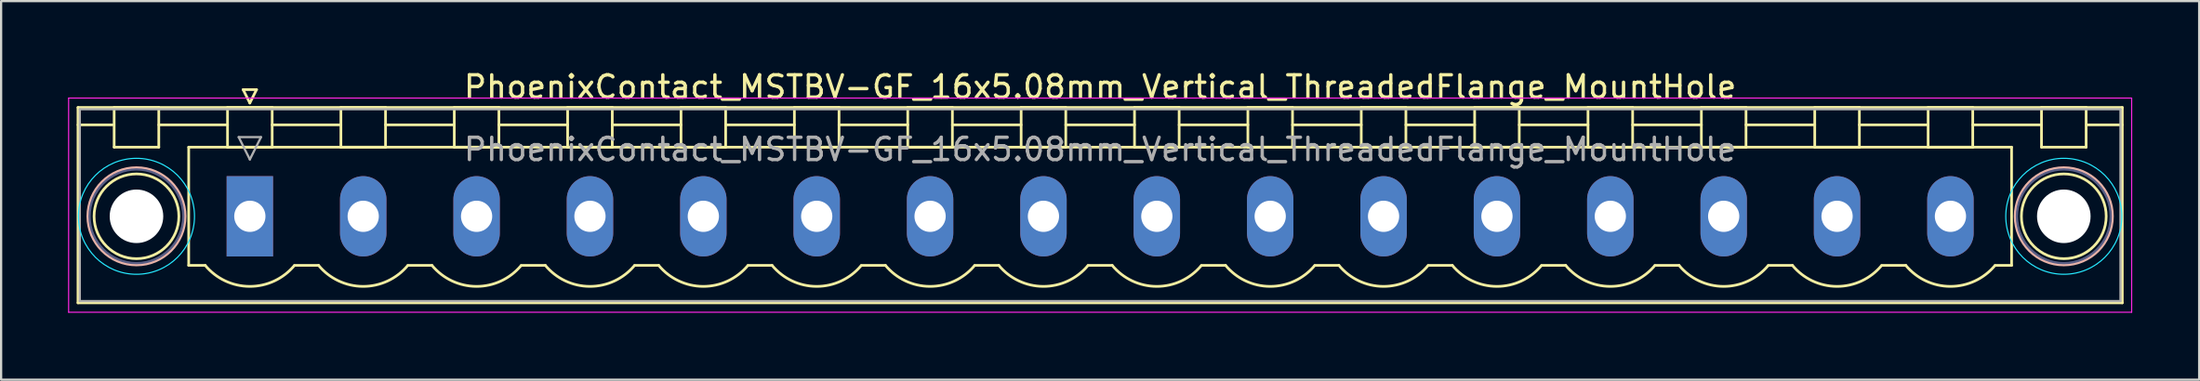
<source format=kicad_pcb>
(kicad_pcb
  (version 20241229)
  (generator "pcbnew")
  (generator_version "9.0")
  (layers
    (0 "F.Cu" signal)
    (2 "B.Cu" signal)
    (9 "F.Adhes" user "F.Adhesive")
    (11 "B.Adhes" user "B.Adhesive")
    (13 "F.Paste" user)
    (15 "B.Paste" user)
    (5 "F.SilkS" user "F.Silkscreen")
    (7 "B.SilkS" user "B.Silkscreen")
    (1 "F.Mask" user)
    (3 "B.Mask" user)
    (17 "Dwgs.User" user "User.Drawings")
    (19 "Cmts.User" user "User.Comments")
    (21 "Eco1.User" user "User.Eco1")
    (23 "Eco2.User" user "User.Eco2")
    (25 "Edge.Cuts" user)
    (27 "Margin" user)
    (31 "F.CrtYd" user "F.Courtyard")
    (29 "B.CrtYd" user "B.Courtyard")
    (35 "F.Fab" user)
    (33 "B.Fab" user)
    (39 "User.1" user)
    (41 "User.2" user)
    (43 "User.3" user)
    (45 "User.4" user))
  (footprint "PhoenixContact_MSTBV-GF_16x5.08mm_Vertical_ThreadedFlange_MountHole"
    (layer "F.Cu")
    (at 8.145 6.648)
    (property "Reference" "PhoenixContact_MSTBV-GF_16x5.08mm_Vertical_ThreadedFlange_MountHole" (at 38.1 -5.8 0) (layer "F.SilkS") (effects (font (size 1 1) (thickness 0.15))))
    (attr through_hole)
    (fp_line (start -7.7 -4.88) (end -7.7 3.88) (stroke (width 0.12) (type solid)) (layer "F.SilkS"))
    (fp_line (start -7.7 -4.1) (end -6.16 -4.1) (stroke (width 0.12) (type solid)) (layer "F.SilkS"))
    (fp_line (start -7.7 3.88) (end 83.9 3.88) (stroke (width 0.12) (type solid)) (layer "F.SilkS"))
    (fp_line (start -6.08 -4.88) (end -4.08 -4.88) (stroke (width 0.12) (type solid)) (layer "F.SilkS"))
    (fp_line (start -6.08 -3.1) (end -6.08 -4.88) (stroke (width 0.12) (type solid)) (layer "F.SilkS"))
    (fp_line (start -4.08 -4.88) (end -4.08 -3.1) (stroke (width 0.12) (type solid)) (layer "F.SilkS"))
    (fp_line (start -4.08 -4.1) (end -1 -4.1) (stroke (width 0.12) (type solid)) (layer "F.SilkS"))
    (fp_line (start -4.08 -3.1) (end -6.08 -3.1) (stroke (width 0.12) (type solid)) (layer "F.SilkS"))
    (fp_line (start -2.74 -3.1) (end 78.94 -3.1) (stroke (width 0.12) (type solid)) (layer "F.SilkS"))
    (fp_line (start -2.74 2.2) (end -2.74 -3.1) (stroke (width 0.12) (type solid)) (layer "F.SilkS"))
    (fp_line (start -2 2.2) (end -2.74 2.2) (stroke (width 0.12) (type solid)) (layer "F.SilkS"))
    (fp_line (start -1 -4.88) (end 1 -4.88) (stroke (width 0.12) (type solid)) (layer "F.SilkS"))
    (fp_line (start -1 -3.1) (end -1 -4.88) (stroke (width 0.12) (type solid)) (layer "F.SilkS"))
    (fp_line (start -0.3 -5.68) (end 0.3 -5.68) (stroke (width 0.12) (type solid)) (layer "F.SilkS"))
    (fp_line (start 0 -5.08) (end -0.3 -5.68) (stroke (width 0.12) (type solid)) (layer "F.SilkS"))
    (fp_line (start 0.3 -5.68) (end 0 -5.08) (stroke (width 0.12) (type solid)) (layer "F.SilkS"))
    (fp_line (start 1 -4.88) (end 1 -3.1) (stroke (width 0.12) (type solid)) (layer "F.SilkS"))
    (fp_line (start 1 -4.1) (end 4.08 -4.1) (stroke (width 0.12) (type solid)) (layer "F.SilkS"))
    (fp_line (start 1 -3.1) (end -1 -3.1) (stroke (width 0.12) (type solid)) (layer "F.SilkS"))
    (fp_line (start 2 2.2) (end 3.08 2.2) (stroke (width 0.12) (type solid)) (layer "F.SilkS"))
    (fp_line (start 4.08 -4.88) (end 6.08 -4.88) (stroke (width 0.12) (type solid)) (layer "F.SilkS"))
    (fp_line (start 4.08 -3.1) (end 4.08 -4.88) (stroke (width 0.12) (type solid)) (layer "F.SilkS"))
    (fp_line (start 6.08 -4.88) (end 6.08 -3.1) (stroke (width 0.12) (type solid)) (layer "F.SilkS"))
    (fp_line (start 6.08 -4.1) (end 9.16 -4.1) (stroke (width 0.12) (type solid)) (layer "F.SilkS"))
    (fp_line (start 6.08 -3.1) (end 4.08 -3.1) (stroke (width 0.12) (type solid)) (layer "F.SilkS"))
    (fp_line (start 7.08 2.2) (end 8.16 2.2) (stroke (width 0.12) (type solid)) (layer "F.SilkS"))
    (fp_line (start 9.16 -4.88) (end 11.16 -4.88) (stroke (width 0.12) (type solid)) (layer "F.SilkS"))
    (fp_line (start 9.16 -3.1) (end 9.16 -4.88) (stroke (width 0.12) (type solid)) (layer "F.SilkS"))
    (fp_line (start 11.16 -4.88) (end 11.16 -3.1) (stroke (width 0.12) (type solid)) (layer "F.SilkS"))
    (fp_line (start 11.16 -4.1) (end 14.24 -4.1) (stroke (width 0.12) (type solid)) (layer "F.SilkS"))
    (fp_line (start 11.16 -3.1) (end 9.16 -3.1) (stroke (width 0.12) (type solid)) (layer "F.SilkS"))
    (fp_line (start 12.16 2.2) (end 13.24 2.2) (stroke (width 0.12) (type solid)) (layer "F.SilkS"))
    (fp_line (start 14.24 -4.88) (end 16.24 -4.88) (stroke (width 0.12) (type solid)) (layer "F.SilkS"))
    (fp_line (start 14.24 -3.1) (end 14.24 -4.88) (stroke (width 0.12) (type solid)) (layer "F.SilkS"))
    (fp_line (start 16.24 -4.88) (end 16.24 -3.1) (stroke (width 0.12) (type solid)) (layer "F.SilkS"))
    (fp_line (start 16.24 -4.1) (end 19.32 -4.1) (stroke (width 0.12) (type solid)) (layer "F.SilkS"))
    (fp_line (start 16.24 -3.1) (end 14.24 -3.1) (stroke (width 0.12) (type solid)) (layer "F.SilkS"))
    (fp_line (start 17.24 2.2) (end 18.32 2.2) (stroke (width 0.12) (type solid)) (layer "F.SilkS"))
    (fp_line (start 19.32 -4.88) (end 21.32 -4.88) (stroke (width 0.12) (type solid)) (layer "F.SilkS"))
    (fp_line (start 19.32 -3.1) (end 19.32 -4.88) (stroke (width 0.12) (type solid)) (layer "F.SilkS"))
    (fp_line (start 21.32 -4.88) (end 21.32 -3.1) (stroke (width 0.12) (type solid)) (layer "F.SilkS"))
    (fp_line (start 21.32 -4.1) (end 24.4 -4.1) (stroke (width 0.12) (type solid)) (layer "F.SilkS"))
    (fp_line (start 21.32 -3.1) (end 19.32 -3.1) (stroke (width 0.12) (type solid)) (layer "F.SilkS"))
    (fp_line (start 22.32 2.2) (end 23.4 2.2) (stroke (width 0.12) (type solid)) (layer "F.SilkS"))
    (fp_line (start 24.4 -4.88) (end 26.4 -4.88) (stroke (width 0.12) (type solid)) (layer "F.SilkS"))
    (fp_line (start 24.4 -3.1) (end 24.4 -4.88) (stroke (width 0.12) (type solid)) (layer "F.SilkS"))
    (fp_line (start 26.4 -4.88) (end 26.4 -3.1) (stroke (width 0.12) (type solid)) (layer "F.SilkS"))
    (fp_line (start 26.4 -4.1) (end 29.48 -4.1) (stroke (width 0.12) (type solid)) (layer "F.SilkS"))
    (fp_line (start 26.4 -3.1) (end 24.4 -3.1) (stroke (width 0.12) (type solid)) (layer "F.SilkS"))
    (fp_line (start 27.4 2.2) (end 28.48 2.2) (stroke (width 0.12) (type solid)) (layer "F.SilkS"))
    (fp_line (start 29.48 -4.88) (end 31.48 -4.88) (stroke (width 0.12) (type solid)) (layer "F.SilkS"))
    (fp_line (start 29.48 -3.1) (end 29.48 -4.88) (stroke (width 0.12) (type solid)) (layer "F.SilkS"))
    (fp_line (start 31.48 -4.88) (end 31.48 -3.1) (stroke (width 0.12) (type solid)) (layer "F.SilkS"))
    (fp_line (start 31.48 -4.1) (end 34.56 -4.1) (stroke (width 0.12) (type solid)) (layer "F.SilkS"))
    (fp_line (start 31.48 -3.1) (end 29.48 -3.1) (stroke (width 0.12) (type solid)) (layer "F.SilkS"))
    (fp_line (start 32.48 2.2) (end 33.56 2.2) (stroke (width 0.12) (type solid)) (layer "F.SilkS"))
    (fp_line (start 34.56 -4.88) (end 36.56 -4.88) (stroke (width 0.12) (type solid)) (layer "F.SilkS"))
    (fp_line (start 34.56 -3.1) (end 34.56 -4.88) (stroke (width 0.12) (type solid)) (layer "F.SilkS"))
    (fp_line (start 36.56 -4.88) (end 36.56 -3.1) (stroke (width 0.12) (type solid)) (layer "F.SilkS"))
    (fp_line (start 36.56 -4.1) (end 39.64 -4.1) (stroke (width 0.12) (type solid)) (layer "F.SilkS"))
    (fp_line (start 36.56 -3.1) (end 34.56 -3.1) (stroke (width 0.12) (type solid)) (layer "F.SilkS"))
    (fp_line (start 37.56 2.2) (end 38.64 2.2) (stroke (width 0.12) (type solid)) (layer "F.SilkS"))
    (fp_line (start 39.64 -4.88) (end 41.64 -4.88) (stroke (width 0.12) (type solid)) (layer "F.SilkS"))
    (fp_line (start 39.64 -3.1) (end 39.64 -4.88) (stroke (width 0.12) (type solid)) (layer "F.SilkS"))
    (fp_line (start 41.64 -4.88) (end 41.64 -3.1) (stroke (width 0.12) (type solid)) (layer "F.SilkS"))
    (fp_line (start 41.64 -4.1) (end 44.72 -4.1) (stroke (width 0.12) (type solid)) (layer "F.SilkS"))
    (fp_line (start 41.64 -3.1) (end 39.64 -3.1) (stroke (width 0.12) (type solid)) (layer "F.SilkS"))
    (fp_line (start 42.64 2.2) (end 43.72 2.2) (stroke (width 0.12) (type solid)) (layer "F.SilkS"))
    (fp_line (start 44.72 -4.88) (end 46.72 -4.88) (stroke (width 0.12) (type solid)) (layer "F.SilkS"))
    (fp_line (start 44.72 -3.1) (end 44.72 -4.88) (stroke (width 0.12) (type solid)) (layer "F.SilkS"))
    (fp_line (start 46.72 -4.88) (end 46.72 -3.1) (stroke (width 0.12) (type solid)) (layer "F.SilkS"))
    (fp_line (start 46.72 -4.1) (end 49.8 -4.1) (stroke (width 0.12) (type solid)) (layer "F.SilkS"))
    (fp_line (start 46.72 -3.1) (end 44.72 -3.1) (stroke (width 0.12) (type solid)) (layer "F.SilkS"))
    (fp_line (start 47.72 2.2) (end 48.8 2.2) (stroke (width 0.12) (type solid)) (layer "F.SilkS"))
    (fp_line (start 49.8 -4.88) (end 51.8 -4.88) (stroke (width 0.12) (type solid)) (layer "F.SilkS"))
    (fp_line (start 49.8 -3.1) (end 49.8 -4.88) (stroke (width 0.12) (type solid)) (layer "F.SilkS"))
    (fp_line (start 51.8 -4.88) (end 51.8 -3.1) (stroke (width 0.12) (type solid)) (layer "F.SilkS"))
    (fp_line (start 51.8 -4.1) (end 54.88 -4.1) (stroke (width 0.12) (type solid)) (layer "F.SilkS"))
    (fp_line (start 51.8 -3.1) (end 49.8 -3.1) (stroke (width 0.12) (type solid)) (layer "F.SilkS"))
    (fp_line (start 52.8 2.2) (end 53.88 2.2) (stroke (width 0.12) (type solid)) (layer "F.SilkS"))
    (fp_line (start 54.88 -4.88) (end 56.88 -4.88) (stroke (width 0.12) (type solid)) (layer "F.SilkS"))
    (fp_line (start 54.88 -3.1) (end 54.88 -4.88) (stroke (width 0.12) (type solid)) (layer "F.SilkS"))
    (fp_line (start 56.88 -4.88) (end 56.88 -3.1) (stroke (width 0.12) (type solid)) (layer "F.SilkS"))
    (fp_line (start 56.88 -4.1) (end 59.96 -4.1) (stroke (width 0.12) (type solid)) (layer "F.SilkS"))
    (fp_line (start 56.88 -3.1) (end 54.88 -3.1) (stroke (width 0.12) (type solid)) (layer "F.SilkS"))
    (fp_line (start 57.88 2.2) (end 58.96 2.2) (stroke (width 0.12) (type solid)) (layer "F.SilkS"))
    (fp_line (start 59.96 -4.88) (end 61.96 -4.88) (stroke (width 0.12) (type solid)) (layer "F.SilkS"))
    (fp_line (start 59.96 -3.1) (end 59.96 -4.88) (stroke (width 0.12) (type solid)) (layer "F.SilkS"))
    (fp_line (start 61.96 -4.88) (end 61.96 -3.1) (stroke (width 0.12) (type solid)) (layer "F.SilkS"))
    (fp_line (start 61.96 -4.1) (end 65.04 -4.1) (stroke (width 0.12) (type solid)) (layer "F.SilkS"))
    (fp_line (start 61.96 -3.1) (end 59.96 -3.1) (stroke (width 0.12) (type solid)) (layer "F.SilkS"))
    (fp_line (start 62.96 2.2) (end 64.04 2.2) (stroke (width 0.12) (type solid)) (layer "F.SilkS"))
    (fp_line (start 65.04 -4.88) (end 67.04 -4.88) (stroke (width 0.12) (type solid)) (layer "F.SilkS"))
    (fp_line (start 65.04 -3.1) (end 65.04 -4.88) (stroke (width 0.12) (type solid)) (layer "F.SilkS"))
    (fp_line (start 67.04 -4.88) (end 67.04 -3.1) (stroke (width 0.12) (type solid)) (layer "F.SilkS"))
    (fp_line (start 67.04 -4.1) (end 70.12 -4.1) (stroke (width 0.12) (type solid)) (layer "F.SilkS"))
    (fp_line (start 67.04 -3.1) (end 65.04 -3.1) (stroke (width 0.12) (type solid)) (layer "F.SilkS"))
    (fp_line (start 68.04 2.2) (end 69.12 2.2) (stroke (width 0.12) (type solid)) (layer "F.SilkS"))
    (fp_line (start 70.12 -4.88) (end 72.12 -4.88) (stroke (width 0.12) (type solid)) (layer "F.SilkS"))
    (fp_line (start 70.12 -3.1) (end 70.12 -4.88) (stroke (width 0.12) (type solid)) (layer "F.SilkS"))
    (fp_line (start 72.12 -4.88) (end 72.12 -3.1) (stroke (width 0.12) (type solid)) (layer "F.SilkS"))
    (fp_line (start 72.12 -4.1) (end 75.2 -4.1) (stroke (width 0.12) (type solid)) (layer "F.SilkS"))
    (fp_line (start 72.12 -3.1) (end 70.12 -3.1) (stroke (width 0.12) (type solid)) (layer "F.SilkS"))
    (fp_line (start 73.12 2.2) (end 74.2 2.2) (stroke (width 0.12) (type solid)) (layer "F.SilkS"))
    (fp_line (start 75.2 -4.88) (end 77.2 -4.88) (stroke (width 0.12) (type solid)) (layer "F.SilkS"))
    (fp_line (start 75.2 -3.1) (end 75.2 -4.88) (stroke (width 0.12) (type solid)) (layer "F.SilkS"))
    (fp_line (start 77.2 -4.88) (end 77.2 -3.1) (stroke (width 0.12) (type solid)) (layer "F.SilkS"))
    (fp_line (start 77.2 -4.1) (end 80.28 -4.1) (stroke (width 0.12) (type solid)) (layer "F.SilkS"))
    (fp_line (start 77.2 -3.1) (end 75.2 -3.1) (stroke (width 0.12) (type solid)) (layer "F.SilkS"))
    (fp_line (start 78.94 -3.1) (end 78.94 2.2) (stroke (width 0.12) (type solid)) (layer "F.SilkS"))
    (fp_line (start 78.94 2.2) (end 78.2 2.2) (stroke (width 0.12) (type solid)) (layer "F.SilkS"))
    (fp_line (start 80.28 -4.88) (end 82.28 -4.88) (stroke (width 0.12) (type solid)) (layer "F.SilkS"))
    (fp_line (start 80.28 -3.1) (end 80.28 -4.88) (stroke (width 0.12) (type solid)) (layer "F.SilkS"))
    (fp_line (start 82.28 -4.88) (end 82.28 -3.1) (stroke (width 0.12) (type solid)) (layer "F.SilkS"))
    (fp_line (start 82.28 -3.1) (end 80.28 -3.1) (stroke (width 0.12) (type solid)) (layer "F.SilkS"))
    (fp_line (start 83.9 -4.88) (end -7.7 -4.88) (stroke (width 0.12) (type solid)) (layer "F.SilkS"))
    (fp_line (start 83.9 -4.1) (end 82.36 -4.1) (stroke (width 0.12) (type solid)) (layer "F.SilkS"))
    (fp_line (start 83.9 3.88) (end 83.9 -4.88) (stroke (width 0.12) (type solid)) (layer "F.SilkS"))
    (fp_arc (start 1.986842 2.215821) (mid -0.010289 3.142758) (end -2 2.2) (stroke (width 0.12) (type solid)) (layer "F.SilkS"))
    (fp_arc (start 7.066842 2.215821) (mid 5.069711 3.142758) (end 3.08 2.2) (stroke (width 0.12) (type solid)) (layer "F.SilkS"))
    (fp_arc (start 12.146842 2.215821) (mid 10.149711 3.142758) (end 8.16 2.2) (stroke (width 0.12) (type solid)) (layer "F.SilkS"))
    (fp_arc (start 17.226842 2.215821) (mid 15.229711 3.142758) (end 13.24 2.2) (stroke (width 0.12) (type solid)) (layer "F.SilkS"))
    (fp_arc (start 22.306842 2.215821) (mid 20.309711 3.142758) (end 18.32 2.2) (stroke (width 0.12) (type solid)) (layer "F.SilkS"))
    (fp_arc (start 27.386842 2.215821) (mid 25.389711 3.142758) (end 23.4 2.2) (stroke (width 0.12) (type solid)) (layer "F.SilkS"))
    (fp_arc (start 32.466842 2.215821) (mid 30.469711 3.142758) (end 28.48 2.2) (stroke (width 0.12) (type solid)) (layer "F.SilkS"))
    (fp_arc (start 37.546842 2.215821) (mid 35.549711 3.142758) (end 33.56 2.2) (stroke (width 0.12) (type solid)) (layer "F.SilkS"))
    (fp_arc (start 42.626842 2.215821) (mid 40.629711 3.142758) (end 38.64 2.2) (stroke (width 0.12) (type solid)) (layer "F.SilkS"))
    (fp_arc (start 47.706842 2.215821) (mid 45.709711 3.142758) (end 43.72 2.2) (stroke (width 0.12) (type solid)) (layer "F.SilkS"))
    (fp_arc (start 52.786842 2.215821) (mid 50.789711 3.142758) (end 48.8 2.2) (stroke (width 0.12) (type solid)) (layer "F.SilkS"))
    (fp_arc (start 57.866842 2.215821) (mid 55.869711 3.142758) (end 53.88 2.2) (stroke (width 0.12) (type solid)) (layer "F.SilkS"))
    (fp_arc (start 62.946842 2.215821) (mid 60.949711 3.142758) (end 58.96 2.2) (stroke (width 0.12) (type solid)) (layer "F.SilkS"))
    (fp_arc (start 68.026842 2.215821) (mid 66.029711 3.142758) (end 64.04 2.2) (stroke (width 0.12) (type solid)) (layer "F.SilkS"))
    (fp_arc (start 73.106842 2.215821) (mid 71.109711 3.142758) (end 69.12 2.2) (stroke (width 0.12) (type solid)) (layer "F.SilkS"))
    (fp_arc (start 78.186842 2.215821) (mid 76.189711 3.142758) (end 74.2 2.2) (stroke (width 0.12) (type solid)) (layer "F.SilkS"))
    (fp_circle (center -5.08 0) (end -3.18 0) (stroke (width 0.12) (type solid)) (fill no) (layer "F.SilkS"))
    (fp_circle (center 81.28 0) (end 83.18 0) (stroke (width 0.12) (type solid)) (fill no) (layer "F.SilkS"))
    (fp_circle (center -5.08 0) (end -2.9 0) (stroke (width 0.12) (type solid)) (fill no) (layer "B.SilkS"))
    (fp_circle (center 81.28 0) (end 83.46 0) (stroke (width 0.12) (type solid)) (fill no) (layer "B.SilkS"))
    (fp_circle (center -5.08 0) (end -2.48 0) (stroke (width 0.05) (type solid)) (fill no) (layer "B.CrtYd"))
    (fp_circle (center 81.28 0) (end 83.88 0) (stroke (width 0.05) (type solid)) (fill no) (layer "B.CrtYd"))
    (fp_line (start -8.12 -5.3) (end -8.12 4.3) (stroke (width 0.05) (type solid)) (layer "F.CrtYd"))
    (fp_line (start -8.12 4.3) (end 84.32 4.3) (stroke (width 0.05) (type solid)) (layer "F.CrtYd"))
    (fp_line (start 84.32 -5.3) (end -8.12 -5.3) (stroke (width 0.05) (type solid)) (layer "F.CrtYd"))
    (fp_line (start 84.32 4.3) (end 84.32 -5.3) (stroke (width 0.05) (type solid)) (layer "F.CrtYd"))
    (fp_circle (center -5.08 0) (end -2.98 0) (stroke (width 0.1) (type solid)) (fill no) (layer "B.Fab"))
    (fp_circle (center 81.28 0) (end 83.38 0) (stroke (width 0.1) (type solid)) (fill no) (layer "B.Fab"))
    (fp_line (start -7.62 -4.8) (end -7.62 3.8) (stroke (width 0.1) (type solid)) (layer "F.Fab"))
    (fp_line (start -7.62 3.8) (end 83.82 3.8) (stroke (width 0.1) (type solid)) (layer "F.Fab"))
    (fp_line (start -0.5 -3.55) (end 0.5 -3.55) (stroke (width 0.1) (type solid)) (layer "F.Fab"))
    (fp_line (start 0 -2.55) (end -0.5 -3.55) (stroke (width 0.1) (type solid)) (layer "F.Fab"))
    (fp_line (start 0.5 -3.55) (end 0 -2.55) (stroke (width 0.1) (type solid)) (layer "F.Fab"))
    (fp_line (start 83.82 -4.8) (end -7.62 -4.8) (stroke (width 0.1) (type solid)) (layer "F.Fab"))
    (fp_line (start 83.82 3.8) (end 83.82 -4.8) (stroke (width 0.1) (type solid)) (layer "F.Fab"))
    (fp_text user "${REFERENCE}" (at 38.1 -3 0) (layer "F.Fab") (effects (font (size 1 1) (thickness 0.15))))
    (pad "" np_thru_hole circle (at -5.08 0) (size 2.4 2.4) (drill 2.4) (layers "*.Cu" "*.Mask"))
    (pad "" np_thru_hole circle (at 81.28 0) (size 2.4 2.4) (drill 2.4) (layers "*.Cu" "*.Mask"))
    (pad "1" thru_hole rect (at 0 0) (size 2.08 3.6) (drill 1.4) (layers "*.Cu" "*.Mask"))
    (pad "2" thru_hole oval (at 5.08 0) (size 2.08 3.6) (drill 1.4) (layers "*.Cu" "*.Mask"))
    (pad "3" thru_hole oval (at 10.16 0) (size 2.08 3.6) (drill 1.4) (layers "*.Cu" "*.Mask"))
    (pad "4" thru_hole oval (at 15.24 0) (size 2.08 3.6) (drill 1.4) (layers "*.Cu" "*.Mask"))
    (pad "5" thru_hole oval (at 20.32 0) (size 2.08 3.6) (drill 1.4) (layers "*.Cu" "*.Mask"))
    (pad "6" thru_hole oval (at 25.4 0) (size 2.08 3.6) (drill 1.4) (layers "*.Cu" "*.Mask"))
    (pad "7" thru_hole oval (at 30.48 0) (size 2.08 3.6) (drill 1.4) (layers "*.Cu" "*.Mask"))
    (pad "8" thru_hole oval (at 35.56 0) (size 2.08 3.6) (drill 1.4) (layers "*.Cu" "*.Mask"))
    (pad "9" thru_hole oval (at 40.64 0) (size 2.08 3.6) (drill 1.4) (layers "*.Cu" "*.Mask"))
    (pad "10" thru_hole oval (at 45.72 0) (size 2.08 3.6) (drill 1.4) (layers "*.Cu" "*.Mask"))
    (pad "11" thru_hole oval (at 50.8 0) (size 2.08 3.6) (drill 1.4) (layers "*.Cu" "*.Mask"))
    (pad "12" thru_hole oval (at 55.88 0) (size 2.08 3.6) (drill 1.4) (layers "*.Cu" "*.Mask"))
    (pad "13" thru_hole oval (at 60.96 0) (size 2.08 3.6) (drill 1.4) (layers "*.Cu" "*.Mask"))
    (pad "14" thru_hole oval (at 66.04 0) (size 2.08 3.6) (drill 1.4) (layers "*.Cu" "*.Mask"))
    (pad "15" thru_hole oval (at 71.12 0) (size 2.08 3.6) (drill 1.4) (layers "*.Cu" "*.Mask"))
    (pad "16" thru_hole oval (at 76.2 0) (size 2.08 3.6) (drill 1.4) (layers "*.Cu" "*.Mask")))
  (gr_rect
    (start -3 -3)
    (end 95.49 13.973)
    (stroke (width 0.1) (type default))
    (fill no)
    (layer "Edge.Cuts")))
</source>
